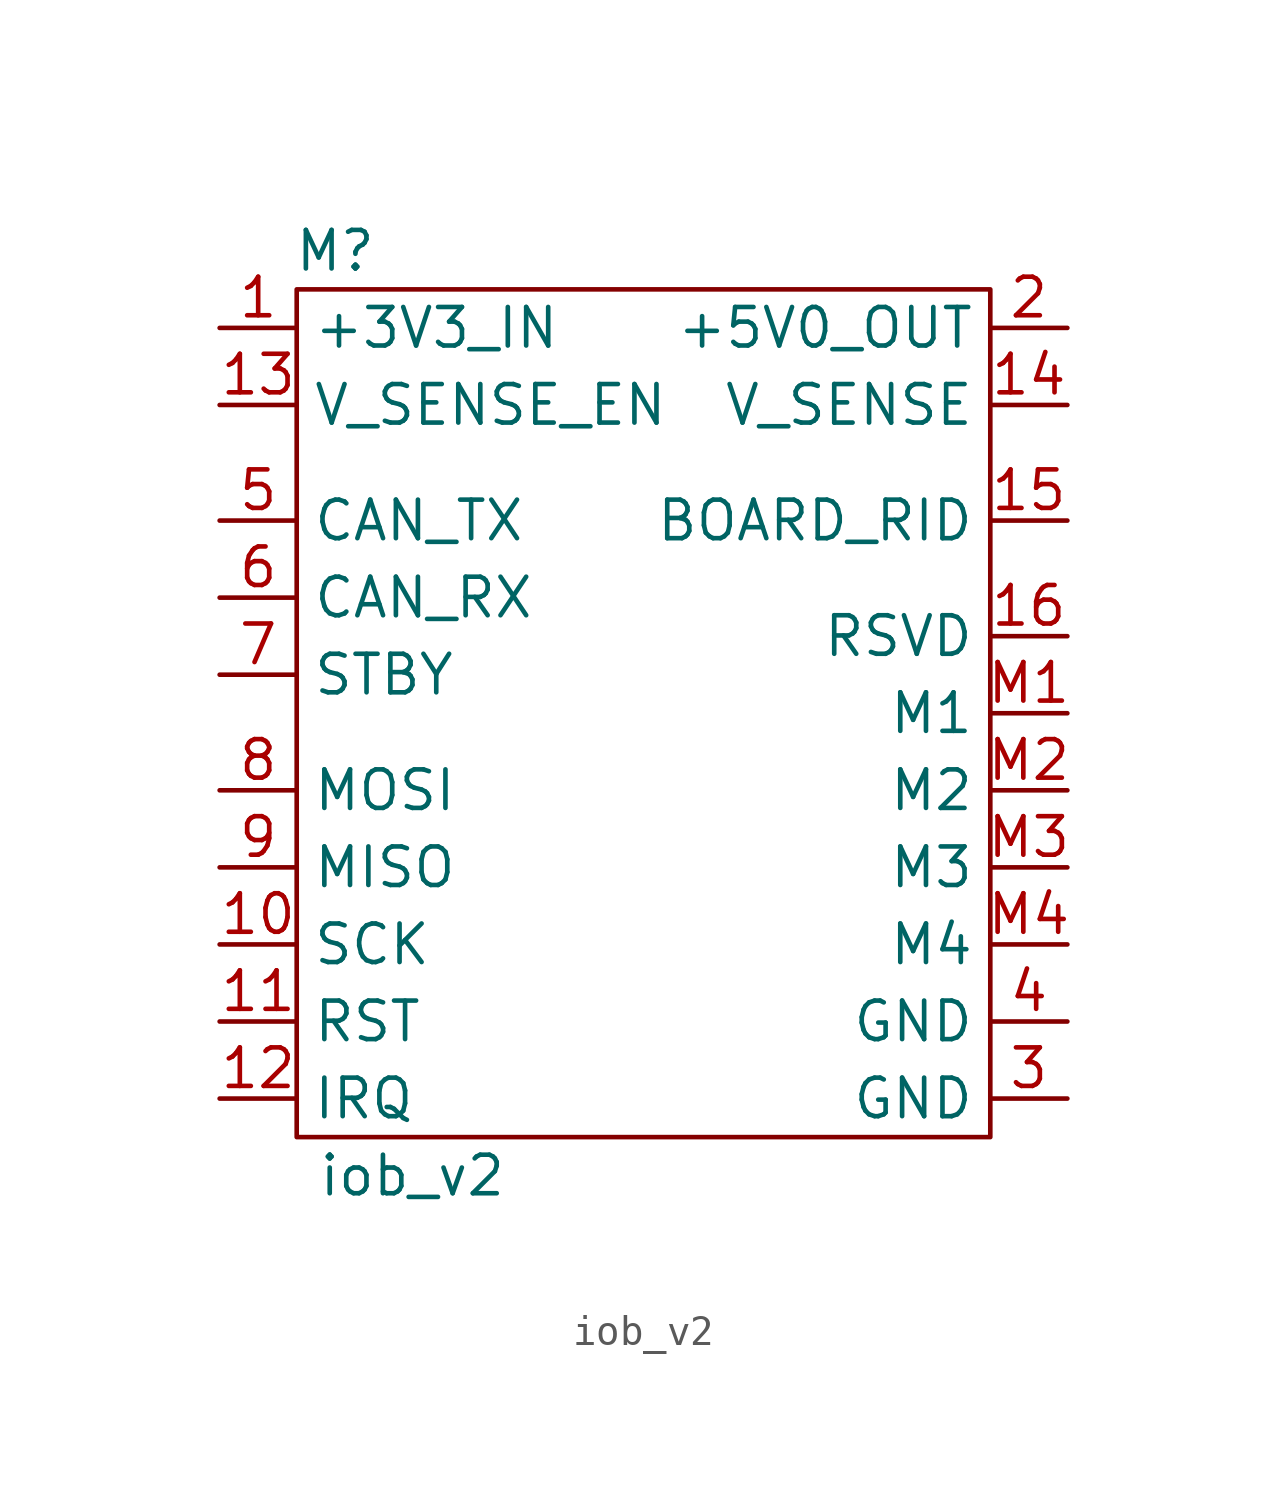
<source format=kicad_sym>
(kicad_symbol_lib
  (version 20220914)
  (generator kicad_symbol_editor)
  (symbol "iob_v2"
    (property "Reference" "M"
      (at -10.16 13.97 0)
      (effects (font (size 1.27 1.27))))
    (property "Value" "iob_v2"
      (at -7.62 -16.51 0)
      (effects (font (size 1.27 1.27))))
    (symbol "iob_v2_0_1"
      (rectangle (start -11.43 12.7) (end 11.43 -15.24) (stroke (width 0) (type default)) (fill (type none))))
    (symbol "iob_v2_1_1"
      (pin power_in line (at -13.97 11.43 0) (length 2.54) (name "+3V3_IN" (effects (font (size 1.27 1.27)))) (number "1" (effects (font (size 1.27 1.27)))))
      (pin input line (at -13.97 -8.89 0) (length 2.54) (name "SCK" (effects (font (size 1.27 1.27)))) (number "10" (effects (font (size 1.27 1.27)))))
      (pin input line (at -13.97 -11.43 0) (length 2.54) (name "RST" (effects (font (size 1.27 1.27)))) (number "11" (effects (font (size 1.27 1.27)))))
      (pin input line (at -13.97 -13.97 0) (length 2.54) (name "IRQ" (effects (font (size 1.27 1.27)))) (number "12" (effects (font (size 1.27 1.27)))))
      (pin input line (at -13.97 8.89 0) (length 2.54) (name "V_SENSE_EN" (effects (font (size 1.27 1.27)))) (number "13" (effects (font (size 1.27 1.27)))))
      (pin output line (at 13.97 8.89 180) (length 2.54) (name "V_SENSE" (effects (font (size 1.27 1.27)))) (number "14" (effects (font (size 1.27 1.27)))))
      (pin passive line (at 13.97 5.08 180) (length 2.54) (name "BOARD_RID" (effects (font (size 1.27 1.27)))) (number "15" (effects (font (size 1.27 1.27)))))
      (pin passive line (at 13.97 1.27 180) (length 2.54) (name "RSVD" (effects (font (size 1.27 1.27)))) (number "16" (effects (font (size 1.27 1.27)))))
      (pin power_out line (at 13.97 11.43 180) (length 2.54) (name "+5V0_OUT" (effects (font (size 1.27 1.27)))) (number "2" (effects (font (size 1.27 1.27)))))
      (pin power_out line (at 13.97 -13.97 180) (length 2.54) (name "GND" (effects (font (size 1.27 1.27)))) (number "3" (effects (font (size 1.27 1.27)))))
      (pin power_out line (at 13.97 -11.43 180) (length 2.54) (name "GND" (effects (font (size 1.27 1.27)))) (number "4" (effects (font (size 1.27 1.27)))))
      (pin input line (at -13.97 5.08 0) (length 2.54) (name "CAN_TX" (effects (font (size 1.27 1.27)))) (number "5" (effects (font (size 1.27 1.27)))))
      (pin output line (at -13.97 2.54 0) (length 2.54) (name "CAN_RX" (effects (font (size 1.27 1.27)))) (number "6" (effects (font (size 1.27 1.27)))))
      (pin input line (at -13.97 0 0) (length 2.54) (name "STBY" (effects (font (size 1.27 1.27)))) (number "7" (effects (font (size 1.27 1.27)))))
      (pin input line (at -13.97 -3.81 0) (length 2.54) (name "MOSI" (effects (font (size 1.27 1.27)))) (number "8" (effects (font (size 1.27 1.27)))))
      (pin output line (at -13.97 -6.35 0) (length 2.54) (name "MISO" (effects (font (size 1.27 1.27)))) (number "9" (effects (font (size 1.27 1.27)))))
      (pin passive line (at 13.97 -1.27 180) (length 2.54) (name "M1" (effects (font (size 1.27 1.27)))) (number "M1" (effects (font (size 1.27 1.27)))))
      (pin passive line (at 13.97 -3.81 180) (length 2.54) (name "M2" (effects (font (size 1.27 1.27)))) (number "M2" (effects (font (size 1.27 1.27)))))
      (pin passive line (at 13.97 -6.35 180) (length 2.54) (name "M3" (effects (font (size 1.27 1.27)))) (number "M3" (effects (font (size 1.27 1.27)))))
      (pin passive line (at 13.97 -8.89 180) (length 2.54) (name "M4" (effects (font (size 1.27 1.27)))) (number "M4" (effects (font (size 1.27 1.27))))))))
</source>
